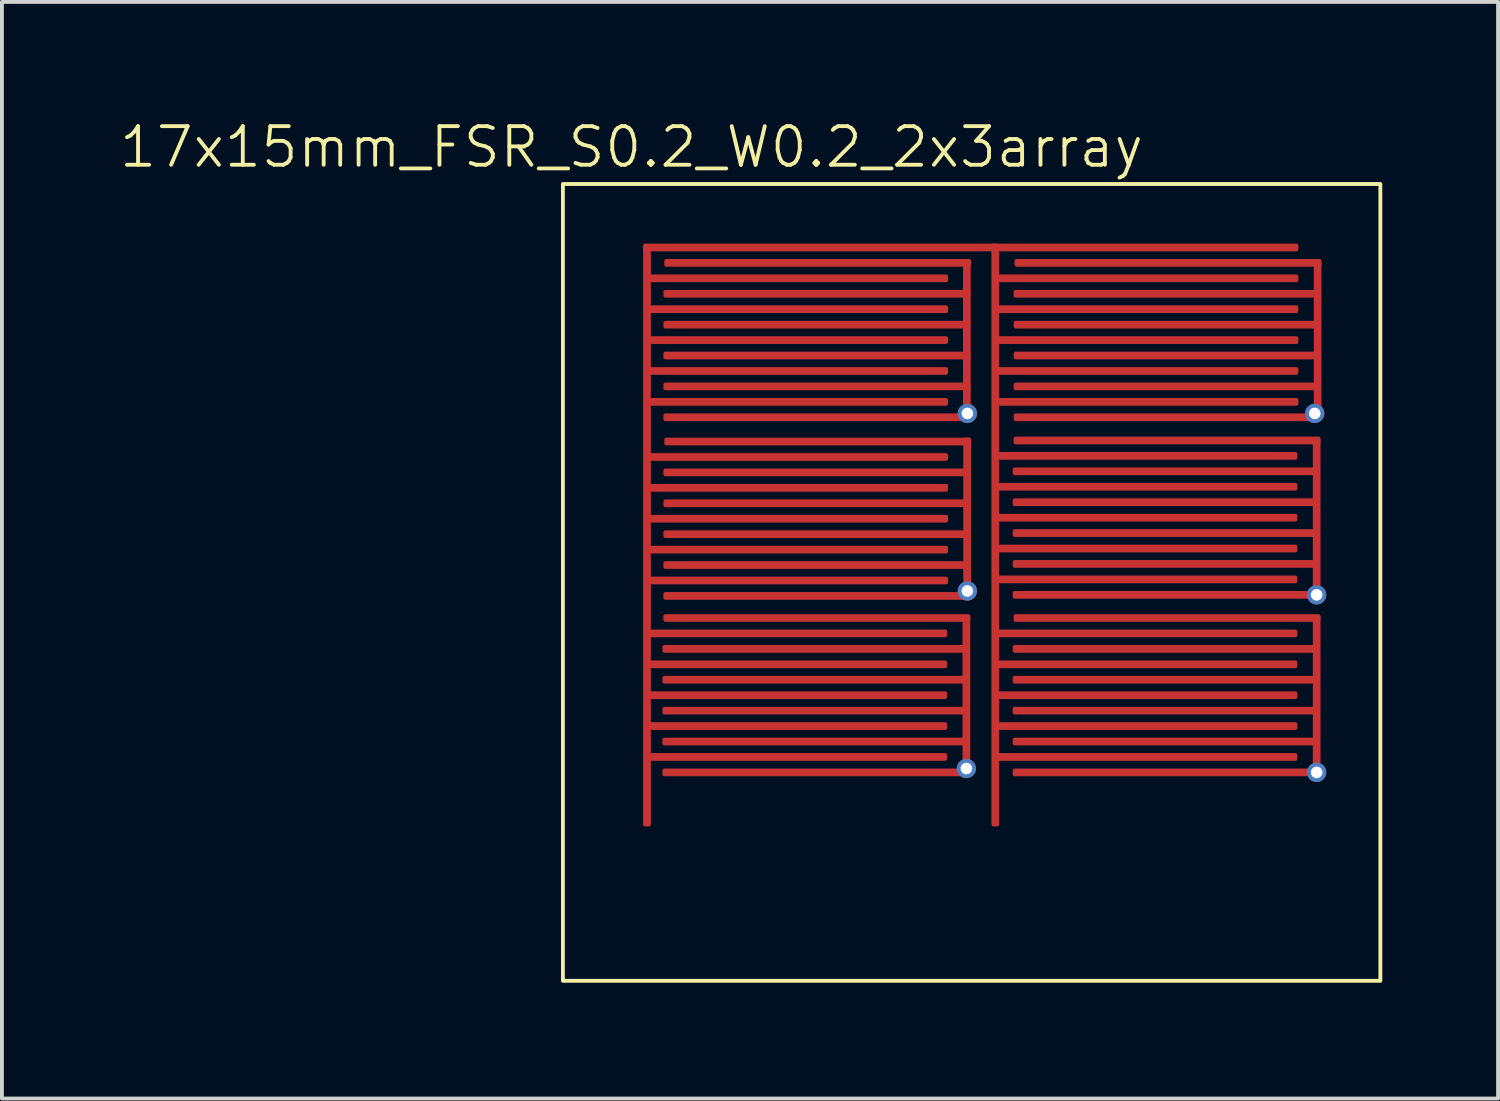
<source format=kicad_pcb>
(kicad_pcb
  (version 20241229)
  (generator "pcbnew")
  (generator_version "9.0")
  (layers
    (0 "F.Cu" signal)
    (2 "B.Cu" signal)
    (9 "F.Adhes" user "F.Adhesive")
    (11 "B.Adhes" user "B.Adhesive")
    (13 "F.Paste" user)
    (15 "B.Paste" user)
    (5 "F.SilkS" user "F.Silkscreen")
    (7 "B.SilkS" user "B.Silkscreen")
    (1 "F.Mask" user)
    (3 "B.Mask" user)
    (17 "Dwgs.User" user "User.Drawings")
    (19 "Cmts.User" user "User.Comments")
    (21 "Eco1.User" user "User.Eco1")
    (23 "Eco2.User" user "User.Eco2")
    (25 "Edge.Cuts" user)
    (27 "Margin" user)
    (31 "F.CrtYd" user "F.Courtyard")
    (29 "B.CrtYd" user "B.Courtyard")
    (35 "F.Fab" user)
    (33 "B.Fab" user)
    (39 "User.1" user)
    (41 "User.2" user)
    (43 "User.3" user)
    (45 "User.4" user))
  (footprint "17x15mm_FSR_S0.2_W0.2_2x3array"
    (layer "F.Cu")
    (at 13.712 3.361)
    (property "Reference" "17x15mm_FSR_S0.2_W0.2_2x3array" (at -0.4 -2.6 0) (unlocked yes) (layer "F.SilkS") (effects (font (size 1 1) (thickness 0.1))))
    (attr smd)
    (fp_rect (start -2.178 -1.644) (end 19 19) (stroke (width 0.1) (type default)) (fill no) (layer "F.SilkS"))
    (fp_rect (start 0 0) (end 17 15) (stroke (width 0.1) (type default)) (fill no) (layer "User.1"))
    (pad "1" smd roundrect (at 0 7.472) (size 0.2 15.056) (layers "F.Cu" "F.Mask" "F.Paste") (roundrect_rratio 0.25))
    (pad "1" smd roundrect (at 3.85 10) (size 7.85 0.2) (layers "F.Cu" "F.Mask" "F.Paste") (roundrect_rratio 0.25))
    (pad "1" smd roundrect (at 3.85 10.8) (size 7.85 0.2) (layers "F.Cu" "F.Mask" "F.Paste") (roundrect_rratio 0.25))
    (pad "1" smd roundrect (at 3.85 11.6) (size 7.85 0.2) (layers "F.Cu" "F.Mask" "F.Paste") (roundrect_rratio 0.25))
    (pad "1" smd roundrect (at 3.85 12.4) (size 7.85 0.2) (layers "F.Cu" "F.Mask" "F.Paste") (roundrect_rratio 0.25))
    (pad "1" smd roundrect (at 3.85 13.2) (size 7.85 0.2) (layers "F.Cu" "F.Mask" "F.Paste") (roundrect_rratio 0.25))
    (pad "1" smd roundrect (at 3.875 0.8) (size 7.85 0.2) (layers "F.Cu" "F.Mask" "F.Paste") (roundrect_rratio 0.25))
    (pad "1" smd roundrect (at 3.875 1.6) (size 7.85 0.2) (layers "F.Cu" "F.Mask" "F.Paste") (roundrect_rratio 0.25))
    (pad "1" smd roundrect (at 3.875 2.4) (size 7.85 0.2) (layers "F.Cu" "F.Mask" "F.Paste") (roundrect_rratio 0.25))
    (pad "1" smd roundrect (at 3.875 3.2) (size 7.85 0.2) (layers "F.Cu" "F.Mask" "F.Paste") (roundrect_rratio 0.25))
    (pad "1" smd roundrect (at 3.875 4) (size 7.85 0.2) (layers "F.Cu" "F.Mask" "F.Paste") (roundrect_rratio 0.25))
    (pad "1" smd roundrect (at 3.875 5.428) (size 7.85 0.2) (layers "F.Cu" "F.Mask" "F.Paste") (roundrect_rratio 0.25))
    (pad "1" smd roundrect (at 3.875 6.228) (size 7.85 0.2) (layers "F.Cu" "F.Mask" "F.Paste") (roundrect_rratio 0.25))
    (pad "1" smd roundrect (at 3.875 7.028) (size 7.85 0.2) (layers "F.Cu" "F.Mask" "F.Paste") (roundrect_rratio 0.25))
    (pad "1" smd roundrect (at 3.875 7.828) (size 7.85 0.2) (layers "F.Cu" "F.Mask" "F.Paste") (roundrect_rratio 0.25))
    (pad "1" smd roundrect (at 3.875 8.628) (size 7.85 0.2) (layers "F.Cu" "F.Mask" "F.Paste") (roundrect_rratio 0.25))
    (pad "1" smd roundrect (at 4.5 0) (size 9.2 0.2) (layers "F.Cu" "F.Mask" "F.Paste") (roundrect_rratio 0.25))
    (pad "1" smd roundrect (at 9.025 7.472) (size 0.2 15.056) (layers "F.Cu" "F.Mask" "F.Paste") (roundrect_rratio 0.25))
    (pad "1" smd roundrect (at 12.9 0) (size 7.95 0.2) (layers "F.Cu" "F.Mask" "F.Paste") (roundrect_rratio 0.25))
    (pad "1" smd roundrect (at 12.925 5.4) (size 7.85 0.2) (layers "F.Cu" "F.Mask" "F.Paste") (roundrect_rratio 0.25))
    (pad "1" smd roundrect (at 12.925 6.2) (size 7.85 0.2) (layers "F.Cu" "F.Mask" "F.Paste") (roundrect_rratio 0.25))
    (pad "1" smd roundrect (at 12.925 7) (size 7.85 0.2) (layers "F.Cu" "F.Mask" "F.Paste") (roundrect_rratio 0.25))
    (pad "1" smd roundrect (at 12.925 7.8) (size 7.85 0.2) (layers "F.Cu" "F.Mask" "F.Paste") (roundrect_rratio 0.25))
    (pad "1" smd roundrect (at 12.925 8.6) (size 7.85 0.2) (layers "F.Cu" "F.Mask" "F.Paste") (roundrect_rratio 0.25))
    (pad "1" smd roundrect (at 12.925 10) (size 7.85 0.2) (layers "F.Cu" "F.Mask" "F.Paste") (roundrect_rratio 0.25))
    (pad "1" smd roundrect (at 12.925 10.8) (size 7.85 0.2) (layers "F.Cu" "F.Mask" "F.Paste") (roundrect_rratio 0.25))
    (pad "1" smd roundrect (at 12.925 11.6) (size 7.85 0.2) (layers "F.Cu" "F.Mask" "F.Paste") (roundrect_rratio 0.25))
    (pad "1" smd roundrect (at 12.925 12.4) (size 7.85 0.2) (layers "F.Cu" "F.Mask" "F.Paste") (roundrect_rratio 0.25))
    (pad "1" smd roundrect (at 12.925 13.2) (size 7.85 0.2) (layers "F.Cu" "F.Mask" "F.Paste") (roundrect_rratio 0.25))
    (pad "1" smd roundrect (at 12.95 0.8) (size 7.85 0.2) (layers "F.Cu" "F.Mask" "F.Paste") (roundrect_rratio 0.25))
    (pad "1" smd roundrect (at 12.95 1.6) (size 7.85 0.2) (layers "F.Cu" "F.Mask" "F.Paste") (roundrect_rratio 0.25))
    (pad "1" smd roundrect (at 12.95 2.4) (size 7.85 0.2) (layers "F.Cu" "F.Mask" "F.Paste") (roundrect_rratio 0.25))
    (pad "1" smd roundrect (at 12.95 3.2) (size 7.85 0.2) (layers "F.Cu" "F.Mask" "F.Paste") (roundrect_rratio 0.25))
    (pad "1" smd roundrect (at 12.95 4) (size 7.85 0.2) (layers "F.Cu" "F.Mask" "F.Paste") (roundrect_rratio 0.25))
    (pad "2" smd roundrect (at 4.4 1.2) (size 7.95 0.2) (layers "F.Cu" "F.Mask" "F.Paste") (roundrect_rratio 0.25))
    (pad "2" smd roundrect (at 4.4 2) (size 7.95 0.2) (layers "F.Cu" "F.Mask" "F.Paste") (roundrect_rratio 0.25))
    (pad "2" smd roundrect (at 4.4 2.8) (size 7.95 0.2) (layers "F.Cu" "F.Mask" "F.Paste") (roundrect_rratio 0.25))
    (pad "2" smd roundrect (at 4.4 3.6) (size 7.95 0.2) (layers "F.Cu" "F.Mask" "F.Paste") (roundrect_rratio 0.25))
    (pad "2" smd roundrect (at 4.4 4.4) (size 7.95 0.2) (layers "F.Cu" "F.Mask" "F.Paste") (roundrect_rratio 0.25))
    (pad "2" smd roundrect (at 4.425 0.4) (size 7.95 0.2) (layers "F.Cu" "F.Mask" "F.Paste") (roundrect_rratio 0.25))
    (pad "2" smd roundrect (at 8.287 2.422) (size 0.2 4.156) (layers "F.Cu" "F.Mask" "F.Paste") (roundrect_rratio 0.25))
    (pad "2" thru_hole circle (at 8.3 4.3) (size 0.5 0.5) (drill 0.3) (layers "*.Cu" "*.Mask"))
    (pad "3" smd roundrect (at 13.475 1.2) (size 7.95 0.2) (layers "F.Cu" "F.Mask" "F.Paste") (roundrect_rratio 0.25))
    (pad "3" smd roundrect (at 13.475 2) (size 7.95 0.2) (layers "F.Cu" "F.Mask" "F.Paste") (roundrect_rratio 0.25))
    (pad "3" smd roundrect (at 13.475 2.8) (size 7.95 0.2) (layers "F.Cu" "F.Mask" "F.Paste") (roundrect_rratio 0.25))
    (pad "3" smd roundrect (at 13.475 3.6) (size 7.95 0.2) (layers "F.Cu" "F.Mask" "F.Paste") (roundrect_rratio 0.25))
    (pad "3" smd roundrect (at 13.488 4.4) (size 7.975 0.2) (layers "F.Cu" "F.Mask" "F.Paste") (roundrect_rratio 0.25))
    (pad "3" smd roundrect (at 13.5 0.4) (size 7.95 0.2) (layers "F.Cu" "F.Mask" "F.Paste") (roundrect_rratio 0.25))
    (pad "3" thru_hole circle (at 17.3 4.3) (size 0.5 0.5) (drill 0.3) (layers "*.Cu" "*.Mask"))
    (pad "3" smd roundrect (at 17.375 2.372) (size 0.2 4.056) (layers "F.Cu" "F.Mask" "F.Paste") (roundrect_rratio 0.25))
    (pad "4" smd roundrect (at 4.4 5.828) (size 7.95 0.2) (layers "F.Cu" "F.Mask" "F.Paste") (roundrect_rratio 0.25))
    (pad "4" smd roundrect (at 4.4 6.628) (size 7.95 0.2) (layers "F.Cu" "F.Mask" "F.Paste") (roundrect_rratio 0.25))
    (pad "4" smd roundrect (at 4.4 7.428) (size 7.95 0.2) (layers "F.Cu" "F.Mask" "F.Paste") (roundrect_rratio 0.25))
    (pad "4" smd roundrect (at 4.4 8.228) (size 7.95 0.2) (layers "F.Cu" "F.Mask" "F.Paste") (roundrect_rratio 0.25))
    (pad "4" smd roundrect (at 4.4 9.028) (size 7.95 0.2) (layers "F.Cu" "F.Mask" "F.Paste") (roundrect_rratio 0.25))
    (pad "4" smd roundrect (at 4.425 5.028) (size 7.95 0.2) (layers "F.Cu" "F.Mask" "F.Paste") (roundrect_rratio 0.25))
    (pad "4" smd roundrect (at 8.294 7.028) (size 0.2 4.2) (layers "F.Cu" "F.Mask" "F.Paste") (roundrect_rratio 0.25))
    (pad "4" thru_hole circle (at 8.3 8.9) (size 0.5 0.5) (drill 0.3) (layers "*.Cu" "*.Mask"))
    (pad "5" smd roundrect (at 13.45 5.8) (size 7.95 0.2) (layers "F.Cu" "F.Mask" "F.Paste") (roundrect_rratio 0.25))
    (pad "5" smd roundrect (at 13.45 6.6) (size 7.95 0.2) (layers "F.Cu" "F.Mask" "F.Paste") (roundrect_rratio 0.25))
    (pad "5" smd roundrect (at 13.45 7.4) (size 7.95 0.2) (layers "F.Cu" "F.Mask" "F.Paste") (roundrect_rratio 0.25))
    (pad "5" smd roundrect (at 13.45 8.2) (size 7.95 0.2) (layers "F.Cu" "F.Mask" "F.Paste") (roundrect_rratio 0.25))
    (pad "5" smd roundrect (at 13.45 9) (size 7.95 0.2) (layers "F.Cu" "F.Mask" "F.Paste") (roundrect_rratio 0.25))
    (pad "5" smd roundrect (at 13.475 5) (size 7.95 0.2) (layers "F.Cu" "F.Mask" "F.Paste") (roundrect_rratio 0.25))
    (pad "5" smd roundrect (at 17.35 6.972) (size 0.2 4.056) (layers "F.Cu" "F.Mask" "F.Paste") (roundrect_rratio 0.25))
    (pad "5" thru_hole circle (at 17.35 9) (size 0.5 0.5) (drill 0.3) (layers "*.Cu" "*.Mask"))
    (pad "6" smd roundrect (at 4.375 10.4) (size 7.95 0.2) (layers "F.Cu" "F.Mask" "F.Paste") (roundrect_rratio 0.25))
    (pad "6" smd roundrect (at 4.375 11.2) (size 7.95 0.2) (layers "F.Cu" "F.Mask" "F.Paste") (roundrect_rratio 0.25))
    (pad "6" smd roundrect (at 4.375 12) (size 7.95 0.2) (layers "F.Cu" "F.Mask" "F.Paste") (roundrect_rratio 0.25))
    (pad "6" smd roundrect (at 4.375 12.8) (size 7.95 0.2) (layers "F.Cu" "F.Mask" "F.Paste") (roundrect_rratio 0.25))
    (pad "6" smd roundrect (at 4.375 13.6) (size 7.95 0.2) (layers "F.Cu" "F.Mask" "F.Paste") (roundrect_rratio 0.25))
    (pad "6" smd roundrect (at 4.4 9.6) (size 7.95 0.2) (layers "F.Cu" "F.Mask" "F.Paste") (roundrect_rratio 0.25))
    (pad "6" smd roundrect (at 8.275 11.572) (size 0.2 4.056) (layers "F.Cu" "F.Mask" "F.Paste") (roundrect_rratio 0.25))
    (pad "6" thru_hole circle (at 8.275 13.5) (size 0.5 0.5) (drill 0.3) (layers "*.Cu" "*.Mask"))
    (pad "7" smd roundrect (at 13.45 10.4) (size 7.95 0.2) (layers "F.Cu" "F.Mask" "F.Paste") (roundrect_rratio 0.25))
    (pad "7" smd roundrect (at 13.45 11.2) (size 7.95 0.2) (layers "F.Cu" "F.Mask" "F.Paste") (roundrect_rratio 0.25))
    (pad "7" smd roundrect (at 13.45 12) (size 7.95 0.2) (layers "F.Cu" "F.Mask" "F.Paste") (roundrect_rratio 0.25))
    (pad "7" smd roundrect (at 13.45 12.8) (size 7.95 0.2) (layers "F.Cu" "F.Mask" "F.Paste") (roundrect_rratio 0.25))
    (pad "7" smd roundrect (at 13.45 13.6) (size 7.95 0.2) (layers "F.Cu" "F.Mask" "F.Paste") (roundrect_rratio 0.25))
    (pad "7" smd roundrect (at 13.475 9.6) (size 7.95 0.2) (layers "F.Cu" "F.Mask" "F.Paste") (roundrect_rratio 0.25))
    (pad "7" smd roundrect (at 17.35 11.572) (size 0.2 4.056) (layers "F.Cu" "F.Mask" "F.Paste") (roundrect_rratio 0.25))
    (pad "7" thru_hole circle (at 17.35 13.6) (size 0.5 0.5) (drill 0.3) (layers "*.Cu" "*.Mask")))
  (gr_rect
    (start -3 -3)
    (end 35.762 25.41)
    (stroke (width 0.1) (type default))
    (fill no)
    (layer "Edge.Cuts")))
</source>
